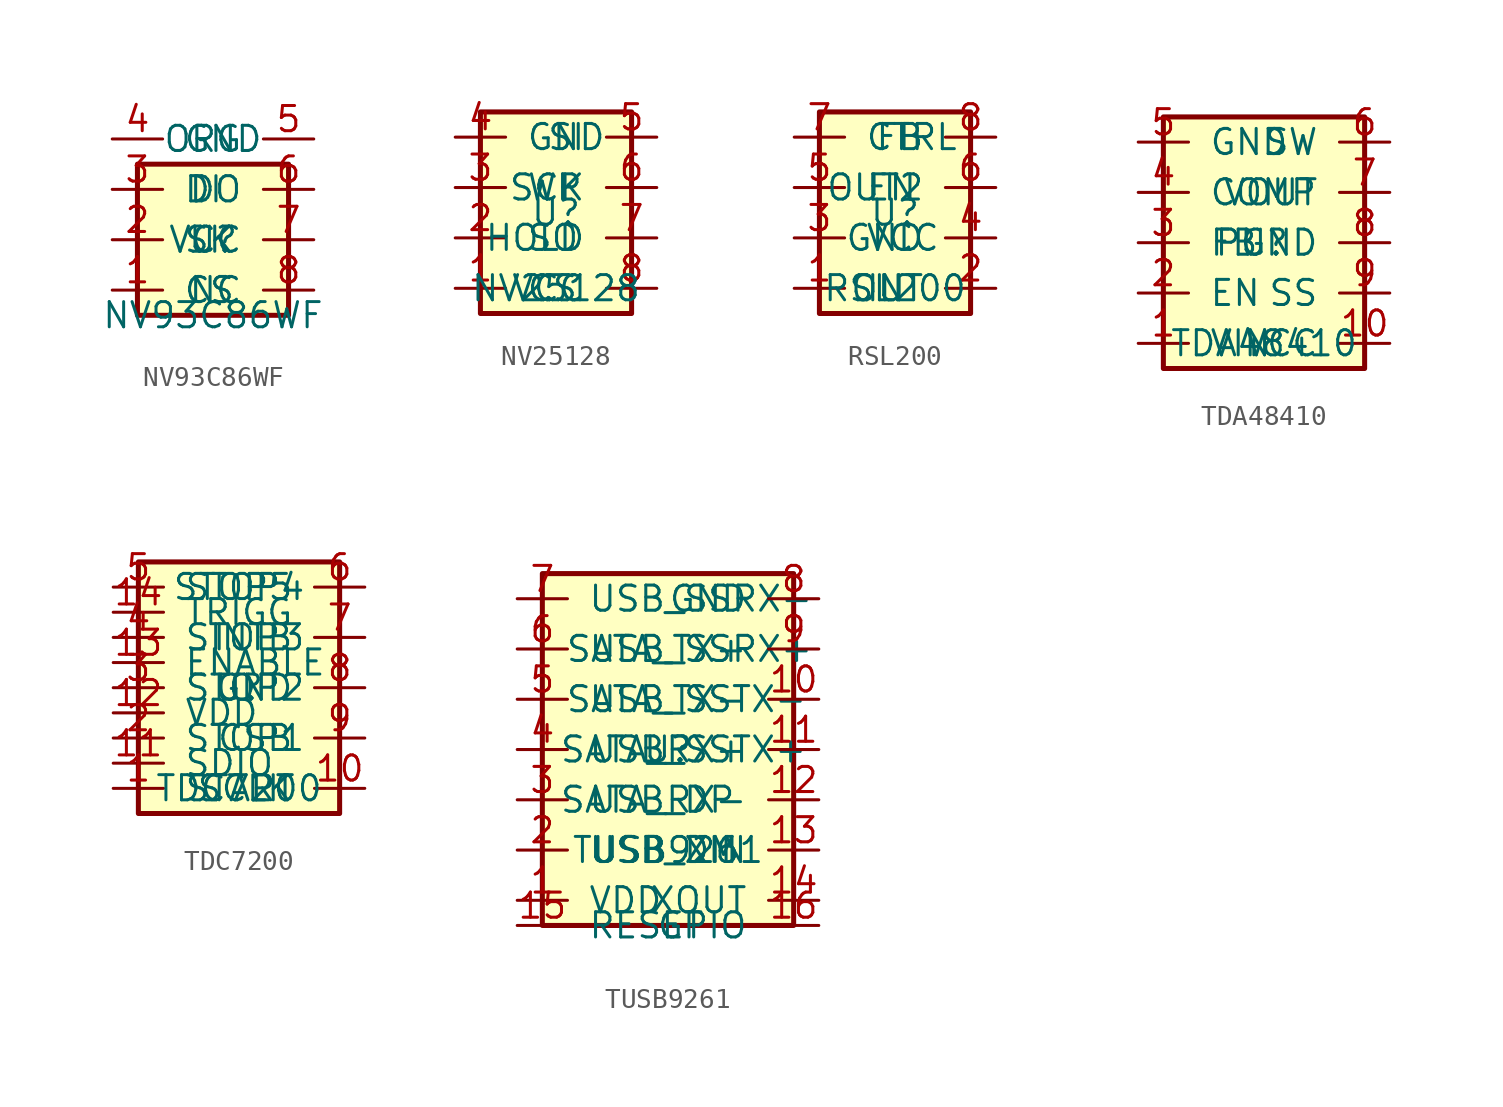
<source format=kicad_sym>
(kicad_symbol_lib
  (version 20220914)
  (generator kicad_symbol_editor)
  (symbol "NV93C86WF"
    (pin_names
      (offset 1.016))
    (property "Reference" "U"
      (at 0 0 0)
      (effects (font (size 1.27 1.27) (thickness 0.15))))
    (property "Value" "NV93C86WF"
      (at 0 -3.81 0)
      (effects (font (size 1.27 1.27) (thickness 0.15))))
    (symbol "NV93C86WF_0_1"
      (rectangle (start -3.81 -3.81) (end 3.81 3.81) (stroke (width 0.254) (type default)) (fill (type background)))
      (pin input line (at -5.08 -2.54 0) (length 2.54) (name "CS" (effects (font (size 1.27 1.27)))) (number "1" (effects (font (size 1.27 1.27)))))
      (pin input line (at -5.08 0 0) (length 2.54) (name "SK" (effects (font (size 1.27 1.27)))) (number "2" (effects (font (size 1.27 1.27)))))
      (pin input line (at -5.08 2.54 0) (length 2.54) (name "DI" (effects (font (size 1.27 1.27)))) (number "3" (effects (font (size 1.27 1.27)))))
      (pin power_in line (at -5.08 5.08 0) (length 2.54) (name "GND" (effects (font (size 1.27 1.27)))) (number "4" (effects (font (size 1.27 1.27)))))
      (pin input line (at 5.08 5.08 180) (length 2.54) (name "ORG" (effects (font (size 1.27 1.27)))) (number "5" (effects (font (size 1.27 1.27)))))
      (pin output line (at 5.08 2.54 180) (length 2.54) (name "DO" (effects (font (size 1.27 1.27)))) (number "6" (effects (font (size 1.27 1.27)))))
      (pin power_in line (at 5.08 0 180) (length 2.54) (name "VCC" (effects (font (size 1.27 1.27)))) (number "7" (effects (font (size 1.27 1.27)))))
      (pin power_in line (at 5.08 -2.54 180) (length 2.54) (name "NC" (effects (font (size 1.27 1.27)))) (number "8" (effects (font (size 1.27 1.27)))))))
  (symbol "NV25128"
    (pin_names
      (offset 1.016))
    (property "Reference" "U"
      (at 0 0 0)
      (effects (font (size 1.27 1.27) (thickness 0.15))))
    (property "Value" "NV25128"
      (at 0 -3.81 0)
      (effects (font (size 1.27 1.27) (thickness 0.15))))
    (symbol "NV25128_0_1"
      (rectangle (start -3.81 -5.08) (end 3.81 5.08) (stroke (width 0.254) (type default)) (fill (type background)))
      (pin input line (at -5.08 -3.81 0) (length 2.54) (name "CS" (effects (font (size 1.27 1.27)))) (number "1" (effects (font (size 1.27 1.27)))))
      (pin output line (at -5.08 -1.27 0) (length 2.54) (name "SO" (effects (font (size 1.27 1.27)))) (number "2" (effects (font (size 1.27 1.27)))))
      (pin input line (at -5.08 1.27 0) (length 2.54) (name "WP" (effects (font (size 1.27 1.27)))) (number "3" (effects (font (size 1.27 1.27)))))
      (pin power_in line (at -5.08 3.81 0) (length 2.54) (name "GND" (effects (font (size 1.27 1.27)))) (number "4" (effects (font (size 1.27 1.27)))))
      (pin input line (at 5.08 3.81 180) (length 2.54) (name "SI" (effects (font (size 1.27 1.27)))) (number "5" (effects (font (size 1.27 1.27)))))
      (pin input line (at 5.08 1.27 180) (length 2.54) (name "SCK" (effects (font (size 1.27 1.27)))) (number "6" (effects (font (size 1.27 1.27)))))
      (pin input line (at 5.08 -1.27 180) (length 2.54) (name "HOLD" (effects (font (size 1.27 1.27)))) (number "7" (effects (font (size 1.27 1.27)))))
      (pin power_in line (at 5.08 -3.81 180) (length 2.54) (name "VCC" (effects (font (size 1.27 1.27)))) (number "8" (effects (font (size 1.27 1.27)))))))
  (symbol "RSL200"
    (pin_names
      (offset 1.016))
    (property "Reference" "U"
      (at 0 0 0)
      (effects (font (size 1.27 1.27) (thickness 0.15))))
    (property "Value" "RSL200"
      (at 0 -3.81 0)
      (effects (font (size 1.27 1.27) (thickness 0.15))))
    (symbol "RSL200_0_1"
      (rectangle (start -3.81 -5.08) (end 3.81 5.08) (stroke (width 0.254) (type default)) (fill (type background)))
      (pin input line (at -5.08 -3.81 0) (length 2.54) (name "IN" (effects (font (size 1.27 1.27)))) (number "1" (effects (font (size 1.27 1.27)))))
      (pin output line (at 5.08 -3.81 180) (length 2.54) (name "OUT" (effects (font (size 1.27 1.27)))) (number "2" (effects (font (size 1.27 1.27)))))
      (pin power_in line (at -5.08 -1.27 0) (length 2.54) (name "VCC" (effects (font (size 1.27 1.27)))) (number "3" (effects (font (size 1.27 1.27)))))
      (pin power_in line (at 5.08 -1.27 180) (length 2.54) (name "GND" (effects (font (size 1.27 1.27)))) (number "4" (effects (font (size 1.27 1.27)))))
      (pin input line (at -5.08 1.27 0) (length 2.54) (name "EN" (effects (font (size 1.27 1.27)))) (number "5" (effects (font (size 1.27 1.27)))))
      (pin output line (at 5.08 1.27 180) (length 2.54) (name "OUT2" (effects (font (size 1.27 1.27)))) (number "6" (effects (font (size 1.27 1.27)))))
      (pin input line (at -5.08 3.81 0) (length 2.54) (name "CTRL" (effects (font (size 1.27 1.27)))) (number "7" (effects (font (size 1.27 1.27)))))
      (pin output line (at 5.08 3.81 180) (length 2.54) (name "FB" (effects (font (size 1.27 1.27)))) (number "8" (effects (font (size 1.27 1.27)))))))
  (symbol "TDA48410"
    (pin_names
      (offset 1.016))
    (property "Reference" "U"
      (at 0 0 0)
      (effects (font (size 1.27 1.27) (thickness 0.15))))
    (property "Value" "TDA48410"
      (at 0 -5.08 0)
      (effects (font (size 1.27 1.27) (thickness 0.15))))
    (symbol "TDA48410_0_1"
      (rectangle (start -5.08 -6.35) (end 5.08 6.35) (stroke (width 0.254) (type default)) (fill (type background)))
      (pin power_in line (at -6.35 -5.08 0) (length 2.54) (name "VIN" (effects (font (size 1.27 1.27)))) (number "1" (effects (font (size 1.27 1.27)))))
      (pin power_in line (at -6.35 -2.54 0) (length 2.54) (name "EN" (effects (font (size 1.27 1.27)))) (number "2" (effects (font (size 1.27 1.27)))))
      (pin input line (at -6.35 0 0) (length 2.54) (name "FB" (effects (font (size 1.27 1.27)))) (number "3" (effects (font (size 1.27 1.27)))))
      (pin input line (at -6.35 2.54 0) (length 2.54) (name "COMP" (effects (font (size 1.27 1.27)))) (number "4" (effects (font (size 1.27 1.27)))))
      (pin power_in line (at -6.35 5.08 0) (length 2.54) (name "GND" (effects (font (size 1.27 1.27)))) (number "5" (effects (font (size 1.27 1.27)))))
      (pin output line (at 6.35 5.08 180) (length 2.54) (name "SW" (effects (font (size 1.27 1.27)))) (number "6" (effects (font (size 1.27 1.27)))))
      (pin output line (at 6.35 2.54 180) (length 2.54) (name "VOUT" (effects (font (size 1.27 1.27)))) (number "7" (effects (font (size 1.27 1.27)))))
      (pin power_in line (at 6.35 0 180) (length 2.54) (name "PGND" (effects (font (size 1.27 1.27)))) (number "8" (effects (font (size 1.27 1.27)))))
      (pin input line (at 6.35 -2.54 180) (length 2.54) (name "SS" (effects (font (size 1.27 1.27)))) (number "9" (effects (font (size 1.27 1.27)))))
      (pin power_in line (at 6.35 -5.08 180) (length 2.54) (name "VCC" (effects (font (size 1.27 1.27)))) (number "10" (effects (font (size 1.27 1.27)))))))
  (symbol "TDC7200"
    (pin_names
      (offset 1.016))
    (property "Reference" "U"
      (at 0 0 0)
      (effects (font (size 1.27 1.27) (thickness 0.15))))
    (property "Value" "TDC7200"
      (at 0 -5.08 0)
      (effects (font (size 1.27 1.27) (thickness 0.15))))
    (symbol "TDC7200_0_1"
      (rectangle (start -5.08 -6.35) (end 5.08 6.35) (stroke (width 0.254) (type default)) (fill (type background)))
      (pin input line (at -6.35 -5.08 0) (length 2.54) (name "START" (effects (font (size 1.27 1.27)))) (number "1" (effects (font (size 1.27 1.27)))))
      (pin input line (at -6.35 -2.54 0) (length 2.54) (name "STOP1" (effects (font (size 1.27 1.27)))) (number "2" (effects (font (size 1.27 1.27)))))
      (pin input line (at -6.35 0 0) (length 2.54) (name "STOP2" (effects (font (size 1.27 1.27)))) (number "3" (effects (font (size 1.27 1.27)))))
      (pin input line (at -6.35 2.54 0) (length 2.54) (name "STOP3" (effects (font (size 1.27 1.27)))) (number "4" (effects (font (size 1.27 1.27)))))
      (pin input line (at -6.35 5.08 0) (length 2.54) (name "STOP4" (effects (font (size 1.27 1.27)))) (number "5" (effects (font (size 1.27 1.27)))))
      (pin input line (at 6.35 5.08 180) (length 2.54) (name "STOP5" (effects (font (size 1.27 1.27)))) (number "6" (effects (font (size 1.27 1.27)))))
      (pin output line (at 6.35 2.54 180) (length 2.54) (name "INTB" (effects (font (size 1.27 1.27)))) (number "7" (effects (font (size 1.27 1.27)))))
      (pin power_in line (at 6.35 0 180) (length 2.54) (name "GND" (effects (font (size 1.27 1.27)))) (number "8" (effects (font (size 1.27 1.27)))))
      (pin input line (at 6.35 -2.54 180) (length 2.54) (name "CSB" (effects (font (size 1.27 1.27)))) (number "9" (effects (font (size 1.27 1.27)))))
      (pin input line (at 6.35 -5.08 180) (length 2.54) (name "SCLK" (effects (font (size 1.27 1.27)))) (number "10" (effects (font (size 1.27 1.27)))))
      (pin bidirectional line (at -6.35 -3.81 0) (length 2.54) (name "SDIO" (effects (font (size 1.27 1.27)))) (number "11" (effects (font (size 1.27 1.27)))))
      (pin power_in line (at -6.35 -1.27 0) (length 2.54) (name "VDD" (effects (font (size 1.27 1.27)))) (number "12" (effects (font (size 1.27 1.27)))))
      (pin input line (at -6.35 1.27 0) (length 2.54) (name "ENABLE" (effects (font (size 1.27 1.27)))) (number "13" (effects (font (size 1.27 1.27)))))
      (pin input line (at -6.35 3.81 0) (length 2.54) (name "TRIGG" (effects (font (size 1.27 1.27)))) (number "14" (effects (font (size 1.27 1.27)))))))
  (symbol "TUSB9261"
    (pin_names
      (offset 1.016))
    (property "Reference" "U"
      (at 0 0 0)
      (effects (font (size 1.27 1.27) (thickness 0.15))))
    (property "Value" "TUSB9261"
      (at 0 -5.08 0)
      (effects (font (size 1.27 1.27) (thickness 0.15))))
    (symbol "TUSB9261_0_1"
      (rectangle (start -6.35 -8.89) (end 6.35 8.89) (stroke (width 0.254) (type default)) (fill (type background)))
      (pin power_in line (at -7.62 -7.62 0) (length 2.54) (name "VDD" (effects (font (size 1.27 1.27)))) (number "1" (effects (font (size 1.27 1.27)))))
      (pin input line (at -7.62 -5.08 0) (length 2.54) (name "USB_DM" (effects (font (size 1.27 1.27)))) (number "2" (effects (font (size 1.27 1.27)))))
      (pin input line (at -7.62 -2.54 0) (length 2.54) (name "USB_DP" (effects (font (size 1.27 1.27)))) (number "3" (effects (font (size 1.27 1.27)))))
      (pin input line (at -7.62 0 0) (length 2.54) (name "USB_SSTX+" (effects (font (size 1.27 1.27)))) (number "4" (effects (font (size 1.27 1.27)))))
      (pin input line (at -7.62 2.54 0) (length 2.54) (name "USB_SSTX-" (effects (font (size 1.27 1.27)))) (number "5" (effects (font (size 1.27 1.27)))))
      (pin input line (at -7.62 5.08 0) (length 2.54) (name "USB_SSRX+" (effects (font (size 1.27 1.27)))) (number "6" (effects (font (size 1.27 1.27)))))
      (pin input line (at -7.62 7.62 0) (length 2.54) (name "USB_SSRX-" (effects (font (size 1.27 1.27)))) (number "7" (effects (font (size 1.27 1.27)))))
      (pin power_in line (at 7.62 7.62 180) (length 2.54) (name "GND" (effects (font (size 1.27 1.27)))) (number "8" (effects (font (size 1.27 1.27)))))
      (pin input line (at 7.62 5.08 180) (length 2.54) (name "SATA_TX+" (effects (font (size 1.27 1.27)))) (number "9" (effects (font (size 1.27 1.27)))))
      (pin input line (at 7.62 2.54 180) (length 2.54) (name "SATA_TX-" (effects (font (size 1.27 1.27)))) (number "10" (effects (font (size 1.27 1.27)))))
      (pin output line (at 7.62 0 180) (length 2.54) (name "SATA_RX+" (effects (font (size 1.27 1.27)))) (number "11" (effects (font (size 1.27 1.27)))))
      (pin output line (at 7.62 -2.54 180) (length 2.54) (name "SATA_RX-" (effects (font (size 1.27 1.27)))) (number "12" (effects (font (size 1.27 1.27)))))
      (pin input line (at 7.62 -5.08 180) (length 2.54) (name "XIN" (effects (font (size 1.27 1.27)))) (number "13" (effects (font (size 1.27 1.27)))))
      (pin output line (at 7.62 -7.62 180) (length 2.54) (name "XOUT" (effects (font (size 1.27 1.27)))) (number "14" (effects (font (size 1.27 1.27)))))
      (pin input line (at -7.62 -8.89 0) (length 2.54) (name "RESET" (effects (font (size 1.27 1.27)))) (number "15" (effects (font (size 1.27 1.27)))))
      (pin bidirectional line (at 7.62 -8.89 180) (length 2.54) (name "GPIO" (effects (font (size 1.27 1.27)))) (number "16" (effects (font (size 1.27 1.27))))))))
</source>
